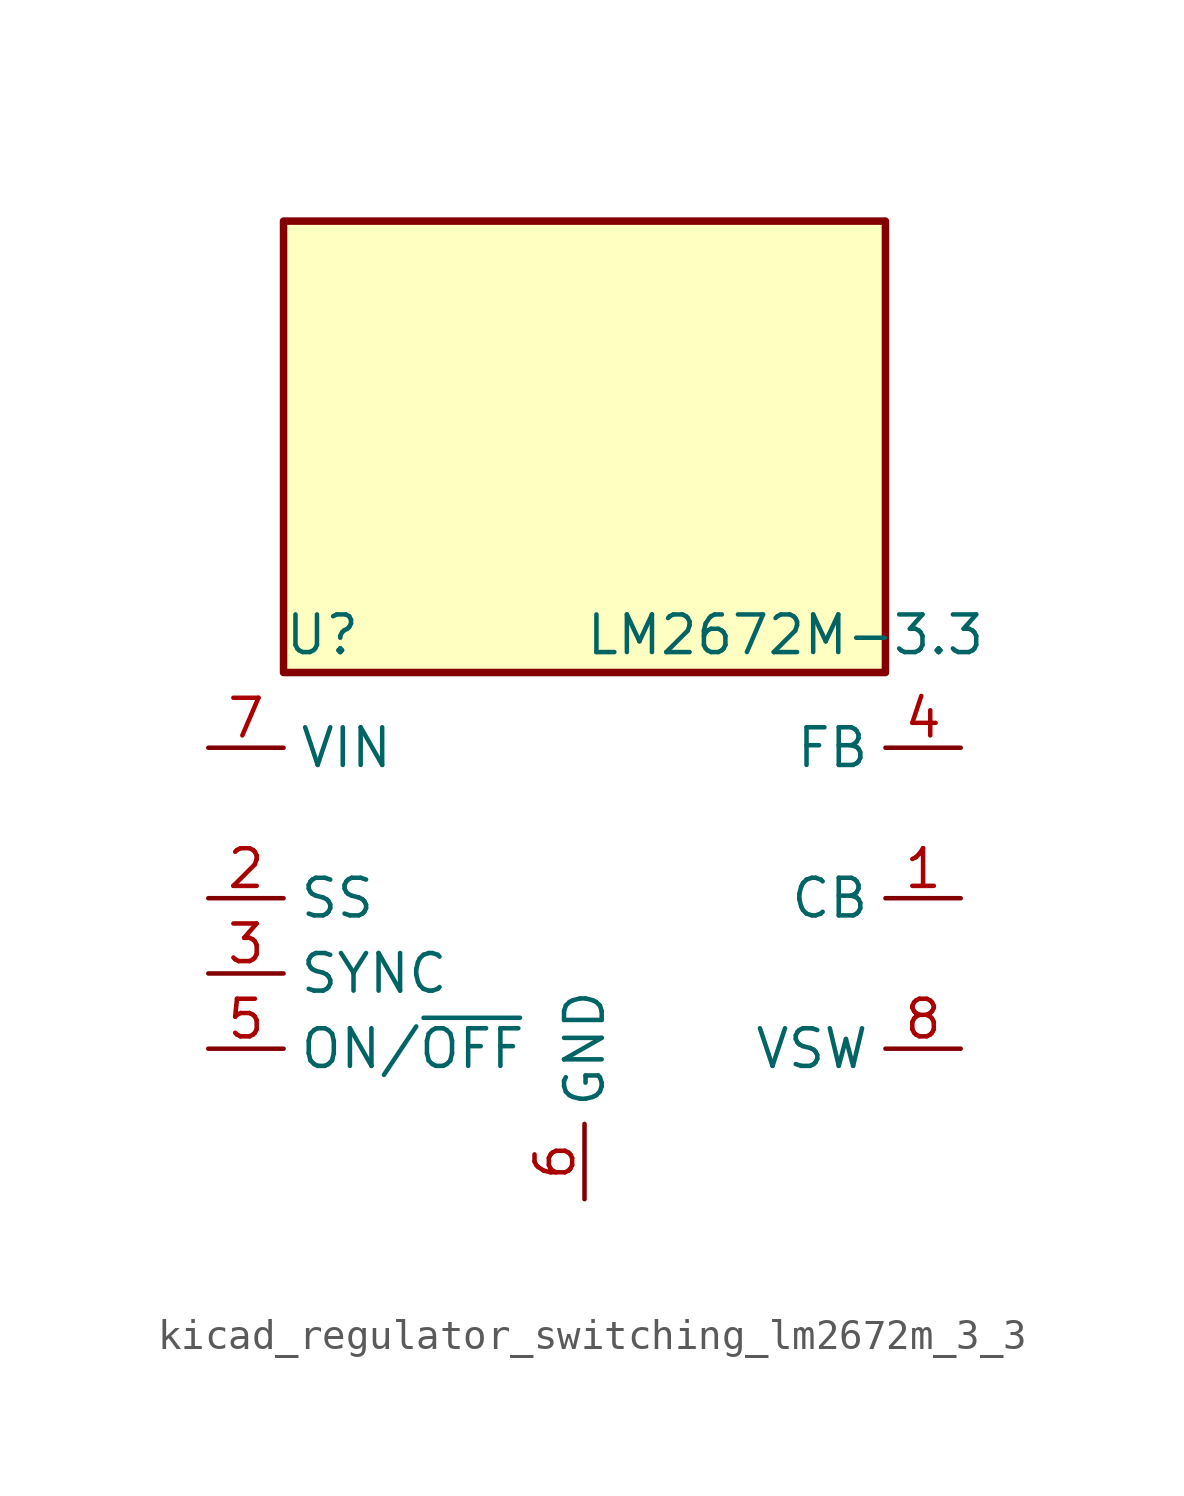
<source format=kicad_sym>
(kicad_symbol_lib
  (version 20220914)
  (generator kicad_symbol_editor)
  (symbol "kicad_regulator_switching_lm2672m_3_3"
    (property "Reference" "U"
      (at -10.16 8.89 0)
      (effects (font (size 1.27 1.27)) (justify left)))
    (property "Value" "LM2672M-3.3"
      (at 0 8.89 0)
      (effects (font (size 1.27 1.27)) (justify left)))
    (symbol "kicad_regulator_switching_lm2672m_3_3_0_1"
      (rectangle (start 10.16 22.86) (end -10.16 7.62) (stroke (width 0.254) (type default)) (fill (type background))))
    (symbol "kicad_regulator_switching_lm2672m_3_3_1_1"
      (pin input line (at 12.7 0 180) (length 2.54) (name "CB" (effects (font (size 1.27 1.27)))) (number "1" (effects (font (size 1.27 1.27)))))
      (pin input line (at -12.7 0 0) (length 2.54) (name "SS" (effects (font (size 1.27 1.27)))) (number "2" (effects (font (size 1.27 1.27)))))
      (pin input line (at -12.7 -2.54 0) (length 2.54) (name "SYNC" (effects (font (size 1.27 1.27)))) (number "3" (effects (font (size 1.27 1.27)))))
      (pin input line (at 12.7 5.08 180) (length 2.54) (name "FB" (effects (font (size 1.27 1.27)))) (number "4" (effects (font (size 1.27 1.27)))))
      (pin input line (at -12.7 -5.08 0) (length 2.54) (name "ON/~{OFF}" (effects (font (size 1.27 1.27)))) (number "5" (effects (font (size 1.27 1.27)))))
      (pin power_in line (at 0 -10.16 90) (length 2.54) (name "GND" (effects (font (size 1.27 1.27)))) (number "6" (effects (font (size 1.27 1.27)))))
      (pin power_in line (at -12.7 5.08 0) (length 2.54) (name "VIN" (effects (font (size 1.27 1.27)))) (number "7" (effects (font (size 1.27 1.27)))))
      (pin output line (at 12.7 -5.08 180) (length 2.54) (name "VSW" (effects (font (size 1.27 1.27)))) (number "8" (effects (font (size 1.27 1.27))))))))
</source>
